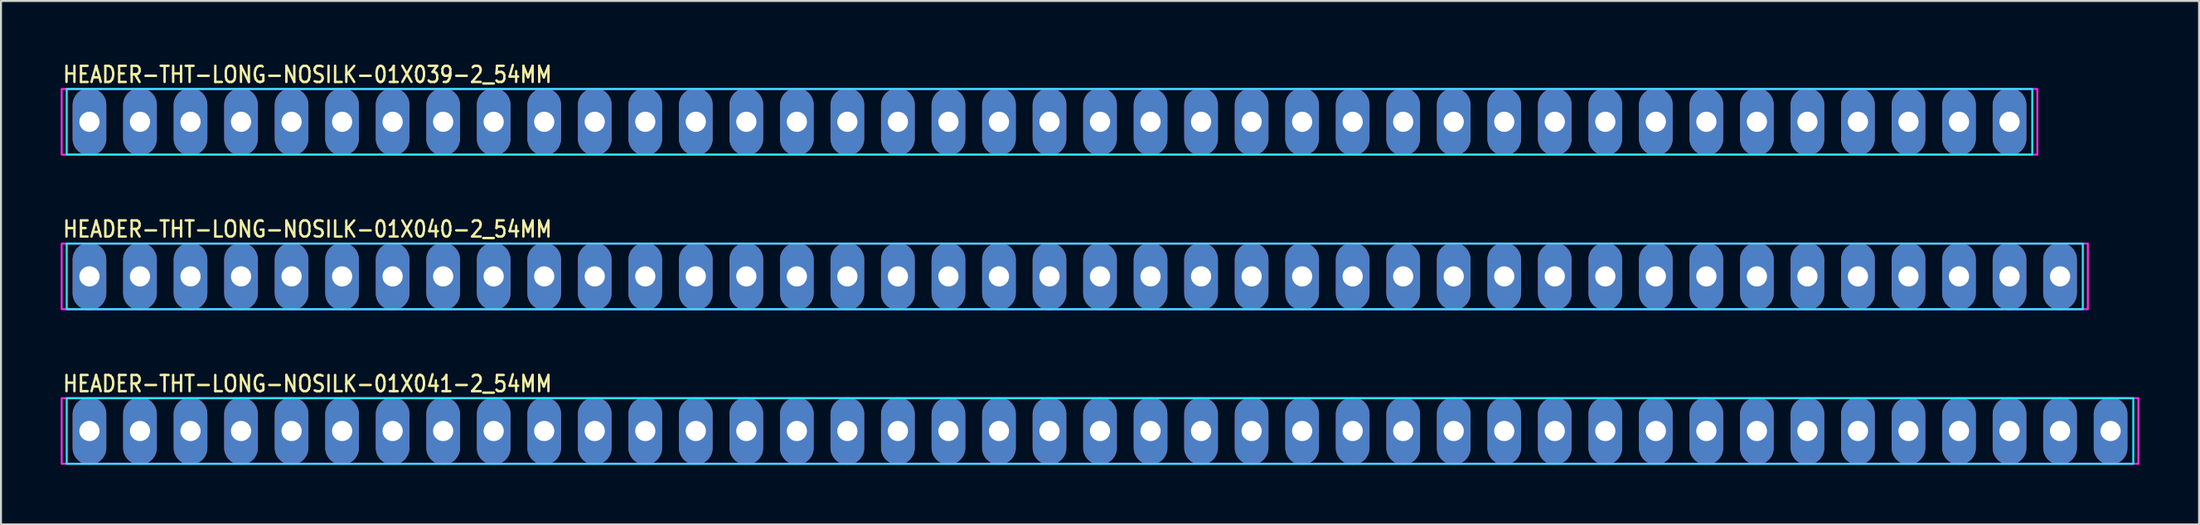
<source format=kicad_pcb>
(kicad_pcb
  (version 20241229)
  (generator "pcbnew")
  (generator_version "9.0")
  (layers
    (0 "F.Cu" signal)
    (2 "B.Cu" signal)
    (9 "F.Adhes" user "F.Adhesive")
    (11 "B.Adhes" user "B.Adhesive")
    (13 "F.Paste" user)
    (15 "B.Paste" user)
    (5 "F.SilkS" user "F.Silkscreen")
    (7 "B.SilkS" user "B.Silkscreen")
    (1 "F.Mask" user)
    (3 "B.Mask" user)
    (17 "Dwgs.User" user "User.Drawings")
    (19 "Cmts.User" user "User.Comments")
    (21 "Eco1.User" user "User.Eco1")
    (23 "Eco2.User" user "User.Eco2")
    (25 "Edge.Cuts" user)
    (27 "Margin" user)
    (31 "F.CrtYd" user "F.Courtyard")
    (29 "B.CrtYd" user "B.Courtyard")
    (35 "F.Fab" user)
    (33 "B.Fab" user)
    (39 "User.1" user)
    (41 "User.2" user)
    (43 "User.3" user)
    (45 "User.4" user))
  (footprint "HEADER-THT-LONG-NOSILK-01X041-2_54MM"
    (layer "F.Cu")
    (at 1.447 18.638)
    (property "Reference" "HEADER-THT-LONG-NOSILK-01X041-2_54MM" (at -1.4 -1.9 0) (unlocked yes) (layer "F.SilkS") (effects (font (size 0.813 0.695) (thickness 0.122)) (justify left bottom)))
    (fp_poly (pts (xy -1.143 -1.651) (xy 102.743 -1.651) (xy 102.743 1.651) (xy -1.143 1.651)) (stroke (width 0.1) (type solid)) (fill no) (layer "B.CrtYd"))
    (fp_poly (pts (xy -1.397 -1.651) (xy 102.997 -1.651) (xy 102.997 1.651) (xy -1.397 1.651)) (stroke (width 0.1) (type solid)) (fill no) (layer "F.CrtYd"))
    (pad "1" thru_hole oval (at 0 0 90) (size 3.387 1.693) (drill 1.016) (layers "*.Cu" "*.Mask"))
    (pad "2" thru_hole oval (at 2.54 0 90) (size 3.387 1.693) (drill 1.016) (layers "*.Cu" "*.Mask"))
    (pad "3" thru_hole oval (at 5.08 0 90) (size 3.387 1.693) (drill 1.016) (layers "*.Cu" "*.Mask"))
    (pad "4" thru_hole oval (at 7.62 0 90) (size 3.387 1.693) (drill 1.016) (layers "*.Cu" "*.Mask"))
    (pad "5" thru_hole oval (at 10.16 0 90) (size 3.387 1.693) (drill 1.016) (layers "*.Cu" "*.Mask"))
    (pad "6" thru_hole oval (at 12.7 0 90) (size 3.387 1.693) (drill 1.016) (layers "*.Cu" "*.Mask"))
    (pad "7" thru_hole oval (at 15.24 0 90) (size 3.387 1.693) (drill 1.016) (layers "*.Cu" "*.Mask"))
    (pad "8" thru_hole oval (at 17.78 0 90) (size 3.387 1.693) (drill 1.016) (layers "*.Cu" "*.Mask"))
    (pad "9" thru_hole oval (at 20.32 0 90) (size 3.387 1.693) (drill 1.016) (layers "*.Cu" "*.Mask"))
    (pad "10" thru_hole oval (at 22.86 0 90) (size 3.387 1.693) (drill 1.016) (layers "*.Cu" "*.Mask"))
    (pad "11" thru_hole oval (at 25.4 0 90) (size 3.387 1.693) (drill 1.016) (layers "*.Cu" "*.Mask"))
    (pad "12" thru_hole oval (at 27.94 0 90) (size 3.387 1.693) (drill 1.016) (layers "*.Cu" "*.Mask"))
    (pad "13" thru_hole oval (at 30.48 0 90) (size 3.387 1.693) (drill 1.016) (layers "*.Cu" "*.Mask"))
    (pad "14" thru_hole oval (at 33.02 0 90) (size 3.387 1.693) (drill 1.016) (layers "*.Cu" "*.Mask"))
    (pad "15" thru_hole oval (at 35.56 0 90) (size 3.387 1.693) (drill 1.016) (layers "*.Cu" "*.Mask"))
    (pad "16" thru_hole oval (at 38.1 0 90) (size 3.387 1.693) (drill 1.016) (layers "*.Cu" "*.Mask"))
    (pad "17" thru_hole oval (at 40.64 0 90) (size 3.387 1.693) (drill 1.016) (layers "*.Cu" "*.Mask"))
    (pad "18" thru_hole oval (at 43.18 0 90) (size 3.387 1.693) (drill 1.016) (layers "*.Cu" "*.Mask"))
    (pad "19" thru_hole oval (at 45.72 0 90) (size 3.387 1.693) (drill 1.016) (layers "*.Cu" "*.Mask"))
    (pad "20" thru_hole oval (at 48.26 0 90) (size 3.387 1.693) (drill 1.016) (layers "*.Cu" "*.Mask"))
    (pad "21" thru_hole oval (at 50.8 0 90) (size 3.387 1.693) (drill 1.016) (layers "*.Cu" "*.Mask"))
    (pad "22" thru_hole oval (at 53.34 0 90) (size 3.387 1.693) (drill 1.016) (layers "*.Cu" "*.Mask"))
    (pad "23" thru_hole oval (at 55.88 0 90) (size 3.387 1.693) (drill 1.016) (layers "*.Cu" "*.Mask"))
    (pad "24" thru_hole oval (at 58.42 0 90) (size 3.387 1.693) (drill 1.016) (layers "*.Cu" "*.Mask"))
    (pad "25" thru_hole oval (at 60.96 0 90) (size 3.387 1.693) (drill 1.016) (layers "*.Cu" "*.Mask"))
    (pad "26" thru_hole oval (at 63.5 0 90) (size 3.387 1.693) (drill 1.016) (layers "*.Cu" "*.Mask"))
    (pad "27" thru_hole oval (at 66.04 0 90) (size 3.387 1.693) (drill 1.016) (layers "*.Cu" "*.Mask"))
    (pad "28" thru_hole oval (at 68.58 0 90) (size 3.387 1.693) (drill 1.016) (layers "*.Cu" "*.Mask"))
    (pad "29" thru_hole oval (at 71.12 0 90) (size 3.387 1.693) (drill 1.016) (layers "*.Cu" "*.Mask"))
    (pad "30" thru_hole oval (at 73.66 0 90) (size 3.387 1.693) (drill 1.016) (layers "*.Cu" "*.Mask"))
    (pad "31" thru_hole oval (at 76.2 0 90) (size 3.387 1.693) (drill 1.016) (layers "*.Cu" "*.Mask"))
    (pad "32" thru_hole oval (at 78.74 0 90) (size 3.387 1.693) (drill 1.016) (layers "*.Cu" "*.Mask"))
    (pad "33" thru_hole oval (at 81.28 0 90) (size 3.387 1.693) (drill 1.016) (layers "*.Cu" "*.Mask"))
    (pad "34" thru_hole oval (at 83.82 0 90) (size 3.387 1.693) (drill 1.016) (layers "*.Cu" "*.Mask"))
    (pad "35" thru_hole oval (at 86.36 0 90) (size 3.387 1.693) (drill 1.016) (layers "*.Cu" "*.Mask"))
    (pad "36" thru_hole oval (at 88.9 0 90) (size 3.387 1.693) (drill 1.016) (layers "*.Cu" "*.Mask"))
    (pad "37" thru_hole oval (at 91.44 0 90) (size 3.387 1.693) (drill 1.016) (layers "*.Cu" "*.Mask"))
    (pad "38" thru_hole oval (at 93.98 0 90) (size 3.387 1.693) (drill 1.016) (layers "*.Cu" "*.Mask"))
    (pad "39" thru_hole oval (at 96.52 0 90) (size 3.387 1.693) (drill 1.016) (layers "*.Cu" "*.Mask"))
    (pad "40" thru_hole oval (at 99.06 0 90) (size 3.387 1.693) (drill 1.016) (layers "*.Cu" "*.Mask"))
    (pad "41" thru_hole oval (at 101.6 0 90) (size 3.387 1.693) (drill 1.016) (layers "*.Cu" "*.Mask")))
  (footprint "HEADER-THT-LONG-NOSILK-01X040-2_54MM"
    (layer "F.Cu")
    (at 1.447 10.858)
    (property "Reference" "HEADER-THT-LONG-NOSILK-01X040-2_54MM" (at -1.4 -1.9 0) (unlocked yes) (layer "F.SilkS") (effects (font (size 0.813 0.695) (thickness 0.122)) (justify left bottom)))
    (fp_poly (pts (xy -1.143 -1.651) (xy 100.203 -1.651) (xy 100.203 1.651) (xy -1.143 1.651)) (stroke (width 0.1) (type solid)) (fill no) (layer "B.CrtYd"))
    (fp_poly (pts (xy -1.397 -1.651) (xy 100.457 -1.651) (xy 100.457 1.651) (xy -1.397 1.651)) (stroke (width 0.1) (type solid)) (fill no) (layer "F.CrtYd"))
    (pad "1" thru_hole oval (at 0 0 90) (size 3.387 1.693) (drill 1.016) (layers "*.Cu" "*.Mask"))
    (pad "2" thru_hole oval (at 2.54 0 90) (size 3.387 1.693) (drill 1.016) (layers "*.Cu" "*.Mask"))
    (pad "3" thru_hole oval (at 5.08 0 90) (size 3.387 1.693) (drill 1.016) (layers "*.Cu" "*.Mask"))
    (pad "4" thru_hole oval (at 7.62 0 90) (size 3.387 1.693) (drill 1.016) (layers "*.Cu" "*.Mask"))
    (pad "5" thru_hole oval (at 10.16 0 90) (size 3.387 1.693) (drill 1.016) (layers "*.Cu" "*.Mask"))
    (pad "6" thru_hole oval (at 12.7 0 90) (size 3.387 1.693) (drill 1.016) (layers "*.Cu" "*.Mask"))
    (pad "7" thru_hole oval (at 15.24 0 90) (size 3.387 1.693) (drill 1.016) (layers "*.Cu" "*.Mask"))
    (pad "8" thru_hole oval (at 17.78 0 90) (size 3.387 1.693) (drill 1.016) (layers "*.Cu" "*.Mask"))
    (pad "9" thru_hole oval (at 20.32 0 90) (size 3.387 1.693) (drill 1.016) (layers "*.Cu" "*.Mask"))
    (pad "10" thru_hole oval (at 22.86 0 90) (size 3.387 1.693) (drill 1.016) (layers "*.Cu" "*.Mask"))
    (pad "11" thru_hole oval (at 25.4 0 90) (size 3.387 1.693) (drill 1.016) (layers "*.Cu" "*.Mask"))
    (pad "12" thru_hole oval (at 27.94 0 90) (size 3.387 1.693) (drill 1.016) (layers "*.Cu" "*.Mask"))
    (pad "13" thru_hole oval (at 30.48 0 90) (size 3.387 1.693) (drill 1.016) (layers "*.Cu" "*.Mask"))
    (pad "14" thru_hole oval (at 33.02 0 90) (size 3.387 1.693) (drill 1.016) (layers "*.Cu" "*.Mask"))
    (pad "15" thru_hole oval (at 35.56 0 90) (size 3.387 1.693) (drill 1.016) (layers "*.Cu" "*.Mask"))
    (pad "16" thru_hole oval (at 38.1 0 90) (size 3.387 1.693) (drill 1.016) (layers "*.Cu" "*.Mask"))
    (pad "17" thru_hole oval (at 40.64 0 90) (size 3.387 1.693) (drill 1.016) (layers "*.Cu" "*.Mask"))
    (pad "18" thru_hole oval (at 43.18 0 90) (size 3.387 1.693) (drill 1.016) (layers "*.Cu" "*.Mask"))
    (pad "19" thru_hole oval (at 45.72 0 90) (size 3.387 1.693) (drill 1.016) (layers "*.Cu" "*.Mask"))
    (pad "20" thru_hole oval (at 48.26 0 90) (size 3.387 1.693) (drill 1.016) (layers "*.Cu" "*.Mask"))
    (pad "21" thru_hole oval (at 50.8 0 90) (size 3.387 1.693) (drill 1.016) (layers "*.Cu" "*.Mask"))
    (pad "22" thru_hole oval (at 53.34 0 90) (size 3.387 1.693) (drill 1.016) (layers "*.Cu" "*.Mask"))
    (pad "23" thru_hole oval (at 55.88 0 90) (size 3.387 1.693) (drill 1.016) (layers "*.Cu" "*.Mask"))
    (pad "24" thru_hole oval (at 58.42 0 90) (size 3.387 1.693) (drill 1.016) (layers "*.Cu" "*.Mask"))
    (pad "25" thru_hole oval (at 60.96 0 90) (size 3.387 1.693) (drill 1.016) (layers "*.Cu" "*.Mask"))
    (pad "26" thru_hole oval (at 63.5 0 90) (size 3.387 1.693) (drill 1.016) (layers "*.Cu" "*.Mask"))
    (pad "27" thru_hole oval (at 66.04 0 90) (size 3.387 1.693) (drill 1.016) (layers "*.Cu" "*.Mask"))
    (pad "28" thru_hole oval (at 68.58 0 90) (size 3.387 1.693) (drill 1.016) (layers "*.Cu" "*.Mask"))
    (pad "29" thru_hole oval (at 71.12 0 90) (size 3.387 1.693) (drill 1.016) (layers "*.Cu" "*.Mask"))
    (pad "30" thru_hole oval (at 73.66 0 90) (size 3.387 1.693) (drill 1.016) (layers "*.Cu" "*.Mask"))
    (pad "31" thru_hole oval (at 76.2 0 90) (size 3.387 1.693) (drill 1.016) (layers "*.Cu" "*.Mask"))
    (pad "32" thru_hole oval (at 78.74 0 90) (size 3.387 1.693) (drill 1.016) (layers "*.Cu" "*.Mask"))
    (pad "33" thru_hole oval (at 81.28 0 90) (size 3.387 1.693) (drill 1.016) (layers "*.Cu" "*.Mask"))
    (pad "34" thru_hole oval (at 83.82 0 90) (size 3.387 1.693) (drill 1.016) (layers "*.Cu" "*.Mask"))
    (pad "35" thru_hole oval (at 86.36 0 90) (size 3.387 1.693) (drill 1.016) (layers "*.Cu" "*.Mask"))
    (pad "36" thru_hole oval (at 88.9 0 90) (size 3.387 1.693) (drill 1.016) (layers "*.Cu" "*.Mask"))
    (pad "37" thru_hole oval (at 91.44 0 90) (size 3.387 1.693) (drill 1.016) (layers "*.Cu" "*.Mask"))
    (pad "38" thru_hole oval (at 93.98 0 90) (size 3.387 1.693) (drill 1.016) (layers "*.Cu" "*.Mask"))
    (pad "39" thru_hole oval (at 96.52 0 90) (size 3.387 1.693) (drill 1.016) (layers "*.Cu" "*.Mask"))
    (pad "40" thru_hole oval (at 99.06 0 90) (size 3.387 1.693) (drill 1.016) (layers "*.Cu" "*.Mask")))
  (footprint "HEADER-THT-LONG-NOSILK-01X039-2_54MM"
    (layer "F.Cu")
    (at 1.447 3.079)
    (property "Reference" "HEADER-THT-LONG-NOSILK-01X039-2_54MM" (at -1.4 -1.9 0) (unlocked yes) (layer "F.SilkS") (effects (font (size 0.813 0.695) (thickness 0.122)) (justify left bottom)))
    (fp_poly (pts (xy -1.143 -1.651) (xy 97.663 -1.651) (xy 97.663 1.651) (xy -1.143 1.651)) (stroke (width 0.1) (type solid)) (fill no) (layer "B.CrtYd"))
    (fp_poly (pts (xy -1.397 -1.651) (xy 97.917 -1.651) (xy 97.917 1.651) (xy -1.397 1.651)) (stroke (width 0.1) (type solid)) (fill no) (layer "F.CrtYd"))
    (pad "1" thru_hole oval (at 0 0 90) (size 3.387 1.693) (drill 1.016) (layers "*.Cu" "*.Mask"))
    (pad "2" thru_hole oval (at 2.54 0 90) (size 3.387 1.693) (drill 1.016) (layers "*.Cu" "*.Mask"))
    (pad "3" thru_hole oval (at 5.08 0 90) (size 3.387 1.693) (drill 1.016) (layers "*.Cu" "*.Mask"))
    (pad "4" thru_hole oval (at 7.62 0 90) (size 3.387 1.693) (drill 1.016) (layers "*.Cu" "*.Mask"))
    (pad "5" thru_hole oval (at 10.16 0 90) (size 3.387 1.693) (drill 1.016) (layers "*.Cu" "*.Mask"))
    (pad "6" thru_hole oval (at 12.7 0 90) (size 3.387 1.693) (drill 1.016) (layers "*.Cu" "*.Mask"))
    (pad "7" thru_hole oval (at 15.24 0 90) (size 3.387 1.693) (drill 1.016) (layers "*.Cu" "*.Mask"))
    (pad "8" thru_hole oval (at 17.78 0 90) (size 3.387 1.693) (drill 1.016) (layers "*.Cu" "*.Mask"))
    (pad "9" thru_hole oval (at 20.32 0 90) (size 3.387 1.693) (drill 1.016) (layers "*.Cu" "*.Mask"))
    (pad "10" thru_hole oval (at 22.86 0 90) (size 3.387 1.693) (drill 1.016) (layers "*.Cu" "*.Mask"))
    (pad "11" thru_hole oval (at 25.4 0 90) (size 3.387 1.693) (drill 1.016) (layers "*.Cu" "*.Mask"))
    (pad "12" thru_hole oval (at 27.94 0 90) (size 3.387 1.693) (drill 1.016) (layers "*.Cu" "*.Mask"))
    (pad "13" thru_hole oval (at 30.48 0 90) (size 3.387 1.693) (drill 1.016) (layers "*.Cu" "*.Mask"))
    (pad "14" thru_hole oval (at 33.02 0 90) (size 3.387 1.693) (drill 1.016) (layers "*.Cu" "*.Mask"))
    (pad "15" thru_hole oval (at 35.56 0 90) (size 3.387 1.693) (drill 1.016) (layers "*.Cu" "*.Mask"))
    (pad "16" thru_hole oval (at 38.1 0 90) (size 3.387 1.693) (drill 1.016) (layers "*.Cu" "*.Mask"))
    (pad "17" thru_hole oval (at 40.64 0 90) (size 3.387 1.693) (drill 1.016) (layers "*.Cu" "*.Mask"))
    (pad "18" thru_hole oval (at 43.18 0 90) (size 3.387 1.693) (drill 1.016) (layers "*.Cu" "*.Mask"))
    (pad "19" thru_hole oval (at 45.72 0 90) (size 3.387 1.693) (drill 1.016) (layers "*.Cu" "*.Mask"))
    (pad "20" thru_hole oval (at 48.26 0 90) (size 3.387 1.693) (drill 1.016) (layers "*.Cu" "*.Mask"))
    (pad "21" thru_hole oval (at 50.8 0 90) (size 3.387 1.693) (drill 1.016) (layers "*.Cu" "*.Mask"))
    (pad "22" thru_hole oval (at 53.34 0 90) (size 3.387 1.693) (drill 1.016) (layers "*.Cu" "*.Mask"))
    (pad "23" thru_hole oval (at 55.88 0 90) (size 3.387 1.693) (drill 1.016) (layers "*.Cu" "*.Mask"))
    (pad "24" thru_hole oval (at 58.42 0 90) (size 3.387 1.693) (drill 1.016) (layers "*.Cu" "*.Mask"))
    (pad "25" thru_hole oval (at 60.96 0 90) (size 3.387 1.693) (drill 1.016) (layers "*.Cu" "*.Mask"))
    (pad "26" thru_hole oval (at 63.5 0 90) (size 3.387 1.693) (drill 1.016) (layers "*.Cu" "*.Mask"))
    (pad "27" thru_hole oval (at 66.04 0 90) (size 3.387 1.693) (drill 1.016) (layers "*.Cu" "*.Mask"))
    (pad "28" thru_hole oval (at 68.58 0 90) (size 3.387 1.693) (drill 1.016) (layers "*.Cu" "*.Mask"))
    (pad "29" thru_hole oval (at 71.12 0 90) (size 3.387 1.693) (drill 1.016) (layers "*.Cu" "*.Mask"))
    (pad "30" thru_hole oval (at 73.66 0 90) (size 3.387 1.693) (drill 1.016) (layers "*.Cu" "*.Mask"))
    (pad "31" thru_hole oval (at 76.2 0 90) (size 3.387 1.693) (drill 1.016) (layers "*.Cu" "*.Mask"))
    (pad "32" thru_hole oval (at 78.74 0 90) (size 3.387 1.693) (drill 1.016) (layers "*.Cu" "*.Mask"))
    (pad "33" thru_hole oval (at 81.28 0 90) (size 3.387 1.693) (drill 1.016) (layers "*.Cu" "*.Mask"))
    (pad "34" thru_hole oval (at 83.82 0 90) (size 3.387 1.693) (drill 1.016) (layers "*.Cu" "*.Mask"))
    (pad "35" thru_hole oval (at 86.36 0 90) (size 3.387 1.693) (drill 1.016) (layers "*.Cu" "*.Mask"))
    (pad "36" thru_hole oval (at 88.9 0 90) (size 3.387 1.693) (drill 1.016) (layers "*.Cu" "*.Mask"))
    (pad "37" thru_hole oval (at 91.44 0 90) (size 3.387 1.693) (drill 1.016) (layers "*.Cu" "*.Mask"))
    (pad "38" thru_hole oval (at 93.98 0 90) (size 3.387 1.693) (drill 1.016) (layers "*.Cu" "*.Mask"))
    (pad "39" thru_hole oval (at 96.52 0 90) (size 3.387 1.693) (drill 1.016) (layers "*.Cu" "*.Mask")))
  (gr_rect
    (start -3 -3)
    (end 107.494 23.339)
    (stroke (width 0.1) (type default))
    (fill no)
    (layer "Edge.Cuts")))
</source>
